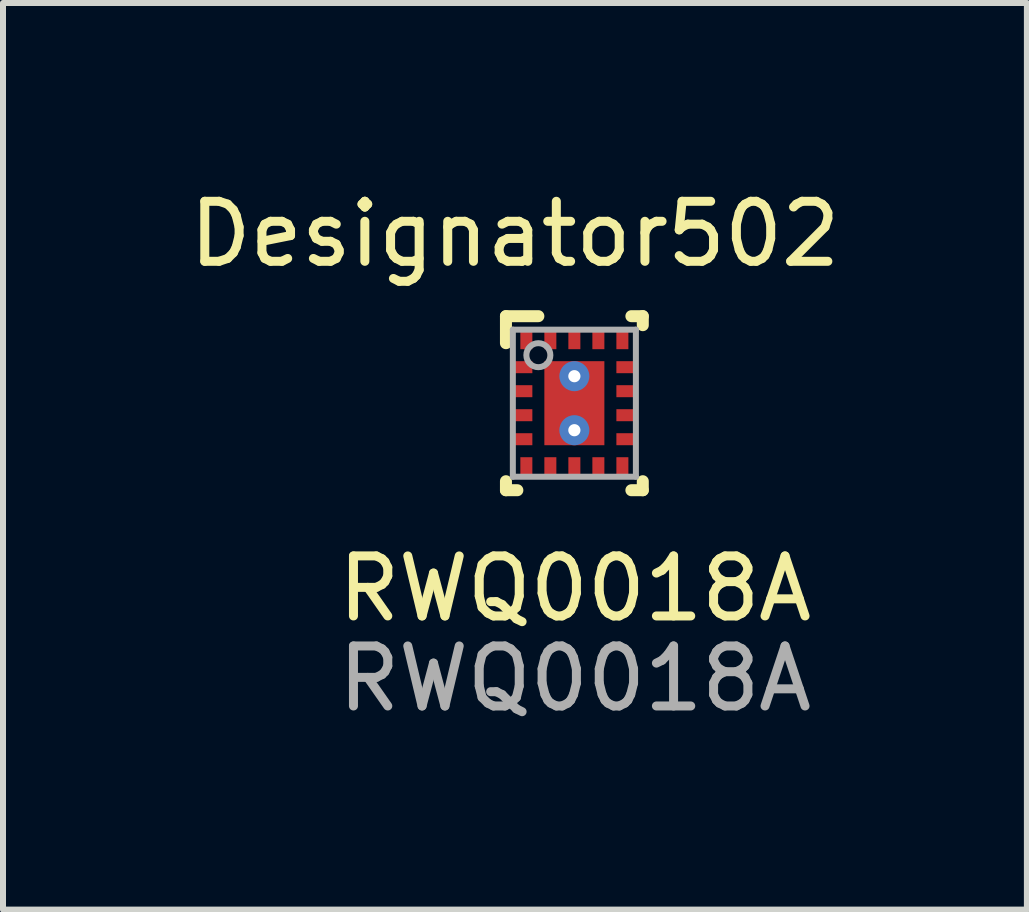
<source format=kicad_pcb>
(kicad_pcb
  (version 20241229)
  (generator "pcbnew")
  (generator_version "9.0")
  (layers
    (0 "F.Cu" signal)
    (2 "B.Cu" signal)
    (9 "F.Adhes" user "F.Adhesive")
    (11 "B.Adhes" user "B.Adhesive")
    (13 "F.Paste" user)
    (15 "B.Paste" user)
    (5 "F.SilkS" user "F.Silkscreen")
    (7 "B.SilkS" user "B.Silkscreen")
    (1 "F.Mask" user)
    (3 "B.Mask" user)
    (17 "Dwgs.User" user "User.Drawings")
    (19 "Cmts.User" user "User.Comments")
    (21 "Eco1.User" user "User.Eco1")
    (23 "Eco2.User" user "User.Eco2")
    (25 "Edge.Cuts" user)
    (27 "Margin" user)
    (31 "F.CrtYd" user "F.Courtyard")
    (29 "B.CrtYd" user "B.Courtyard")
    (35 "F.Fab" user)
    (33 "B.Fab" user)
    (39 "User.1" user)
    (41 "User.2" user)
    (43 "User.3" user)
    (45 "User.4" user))
  (footprint "RWQ0018A"
    (layer "F.Cu")
    (at 6.52 3.668)
    (property "Reference" "RWQ0018A" (at 0.01 3.09 0) (unlocked yes) (layer "F.SilkS") (effects (font (size 1 1) (thickness 0.15))))
    (attr smd)
    (fp_line (start -1.14 -1.45) (end -0.6 -1.45) (stroke (width 0.2) (type solid)) (layer "F.SilkS"))
    (fp_line (start -1.14 -1) (end -1.14 -1.45) (stroke (width 0.2) (type solid)) (layer "F.SilkS"))
    (fp_line (start -1.14 1.45) (end -1.14 1.3) (stroke (width 0.2) (type solid)) (layer "F.SilkS"))
    (fp_line (start -1.14 1.45) (end -0.95 1.45) (stroke (width 0.2) (type solid)) (layer "F.SilkS"))
    (fp_line (start 0.95 -1.45) (end 1.14 -1.45) (stroke (width 0.2) (type solid)) (layer "F.SilkS"))
    (fp_line (start 0.95 1.45) (end 1.14 1.45) (stroke (width 0.2) (type solid)) (layer "F.SilkS"))
    (fp_line (start 1.14 -1.3) (end 1.14 -1.45) (stroke (width 0.2) (type solid)) (layer "F.SilkS"))
    (fp_line (start 1.14 1.45) (end 1.14 1.3) (stroke (width 0.2) (type solid)) (layer "F.SilkS"))
    (fp_poly (pts (xy -0.475 0.55) (xy -0.475 -0.55) (xy -0.473 -0.57) (xy -0.467 -0.588) (xy -0.458 -0.606) (xy -0.446 -0.621) (xy -0.431 -0.633) (xy -0.413 -0.642) (xy -0.395 -0.648) (xy -0.375 -0.65) (xy 0.375 -0.65) (xy 0.395 -0.648) (xy 0.413 -0.642) (xy 0.431 -0.633) (xy 0.446 -0.621) (xy 0.458 -0.606) (xy 0.467 -0.588) (xy 0.473 -0.57) (xy 0.475 -0.55) (xy 0.475 0.55) (xy 0.473 0.57) (xy 0.467 0.588) (xy 0.458 0.606) (xy 0.446 0.621) (xy 0.431 0.633) (xy 0.413 0.642) (xy 0.395 0.648) (xy 0.375 0.65) (xy -0.375 0.65) (xy -0.395 0.648) (xy -0.413 0.642) (xy -0.431 0.633) (xy -0.446 0.621) (xy -0.458 0.606) (xy -0.467 0.588) (xy -0.473 0.57)) (stroke (width 0) (type solid)) (fill yes) (layer "F.Paste"))
    (fp_line (start -1.025 -1.225) (end 1.025 -1.225) (stroke (width 0.1) (type solid)) (layer "F.Fab"))
    (fp_line (start -1.025 1.225) (end -1.025 -1.225) (stroke (width 0.1) (type solid)) (layer "F.Fab"))
    (fp_line (start -1.025 1.225) (end 1.025 1.225) (stroke (width 0.1) (type solid)) (layer "F.Fab"))
    (fp_line (start 1.025 1.225) (end 1.025 -1.225) (stroke (width 0.1) (type solid)) (layer "F.Fab"))
    (fp_circle (center -0.6 -0.8) (end -0.4 -0.8) (stroke (width 0.1) (type solid)) (fill no) (layer "F.Fab"))
    (fp_text user "Designator502" (at -0.991 -2.819 0) (unlocked yes) (layer "F.SilkS") (effects (font (size 1 1) (thickness 0.15))))
    (fp_text user "${REFERENCE}" (at 0.01 4.59 0) (unlocked yes) (layer "F.Fab") (effects (font (size 1 1) (thickness 0.15))))
    (pad "1" smd rect (at -0.85 -0.6) (size 0.3 0.2) (layers "F.Cu" "F.Mask" "F.Paste"))
    (pad "2" smd rect (at -0.85 -0.2) (size 0.3 0.2) (layers "F.Cu" "F.Mask" "F.Paste"))
    (pad "3" smd rect (at -0.85 0.2) (size 0.3 0.2) (layers "F.Cu" "F.Mask" "F.Paste"))
    (pad "4" smd rect (at -0.85 0.6) (size 0.3 0.2) (layers "F.Cu" "F.Mask" "F.Paste"))
    (pad "5" smd rect (at -0.8 1.05 90) (size 0.3 0.2) (layers "F.Cu" "F.Mask" "F.Paste"))
    (pad "6" smd rect (at -0.4 1.05 90) (size 0.3 0.2) (layers "F.Cu" "F.Mask" "F.Paste"))
    (pad "7" smd rect (at 0 1.05 90) (size 0.3 0.2) (layers "F.Cu" "F.Mask" "F.Paste"))
    (pad "8" smd rect (at 0.4 1.05 90) (size 0.3 0.2) (layers "F.Cu" "F.Mask" "F.Paste"))
    (pad "9" smd rect (at 0.8 1.05 90) (size 0.3 0.2) (layers "F.Cu" "F.Mask" "F.Paste"))
    (pad "10" smd rect (at 0.85 0.6) (size 0.3 0.2) (layers "F.Cu" "F.Mask" "F.Paste"))
    (pad "11" smd rect (at 0.85 0.2) (size 0.3 0.2) (layers "F.Cu" "F.Mask" "F.Paste"))
    (pad "12" smd rect (at 0.85 -0.2) (size 0.3 0.2) (layers "F.Cu" "F.Mask" "F.Paste"))
    (pad "13" smd rect (at 0.85 -0.6) (size 0.3 0.2) (layers "F.Cu" "F.Mask" "F.Paste"))
    (pad "14" smd rect (at 0.8 -1.05 90) (size 0.3 0.2) (layers "F.Cu" "F.Mask" "F.Paste"))
    (pad "15" smd rect (at 0.4 -1.05 90) (size 0.3 0.2) (layers "F.Cu" "F.Mask" "F.Paste"))
    (pad "16" smd rect (at 0 -1.05 90) (size 0.3 0.2) (layers "F.Cu" "F.Mask" "F.Paste"))
    (pad "17" smd rect (at -0.4 -1.05 90) (size 0.3 0.2) (layers "F.Cu" "F.Mask" "F.Paste"))
    (pad "18" smd rect (at -0.8 -1.05 90) (size 0.3 0.2) (layers "F.Cu" "F.Mask" "F.Paste"))
    (pad "19" smd rect (at 0 0) (size 1 1.4) (layers "F.Cu" "F.Mask"))
    (pad "V" thru_hole circle (at 0 -0.45) (size 0.5 0.5) (drill 0.203) (layers "*.Cu" "*.Mask"))
    (pad "V" thru_hole circle (at 0 0.45) (size 0.5 0.5) (drill 0.203) (layers "*.Cu" "*.Mask")))
  (gr_rect
    (start -3 -3)
    (end 14.06 12.106)
    (stroke (width 0.1) (type default))
    (fill no)
    (layer "Edge.Cuts")))
</source>
